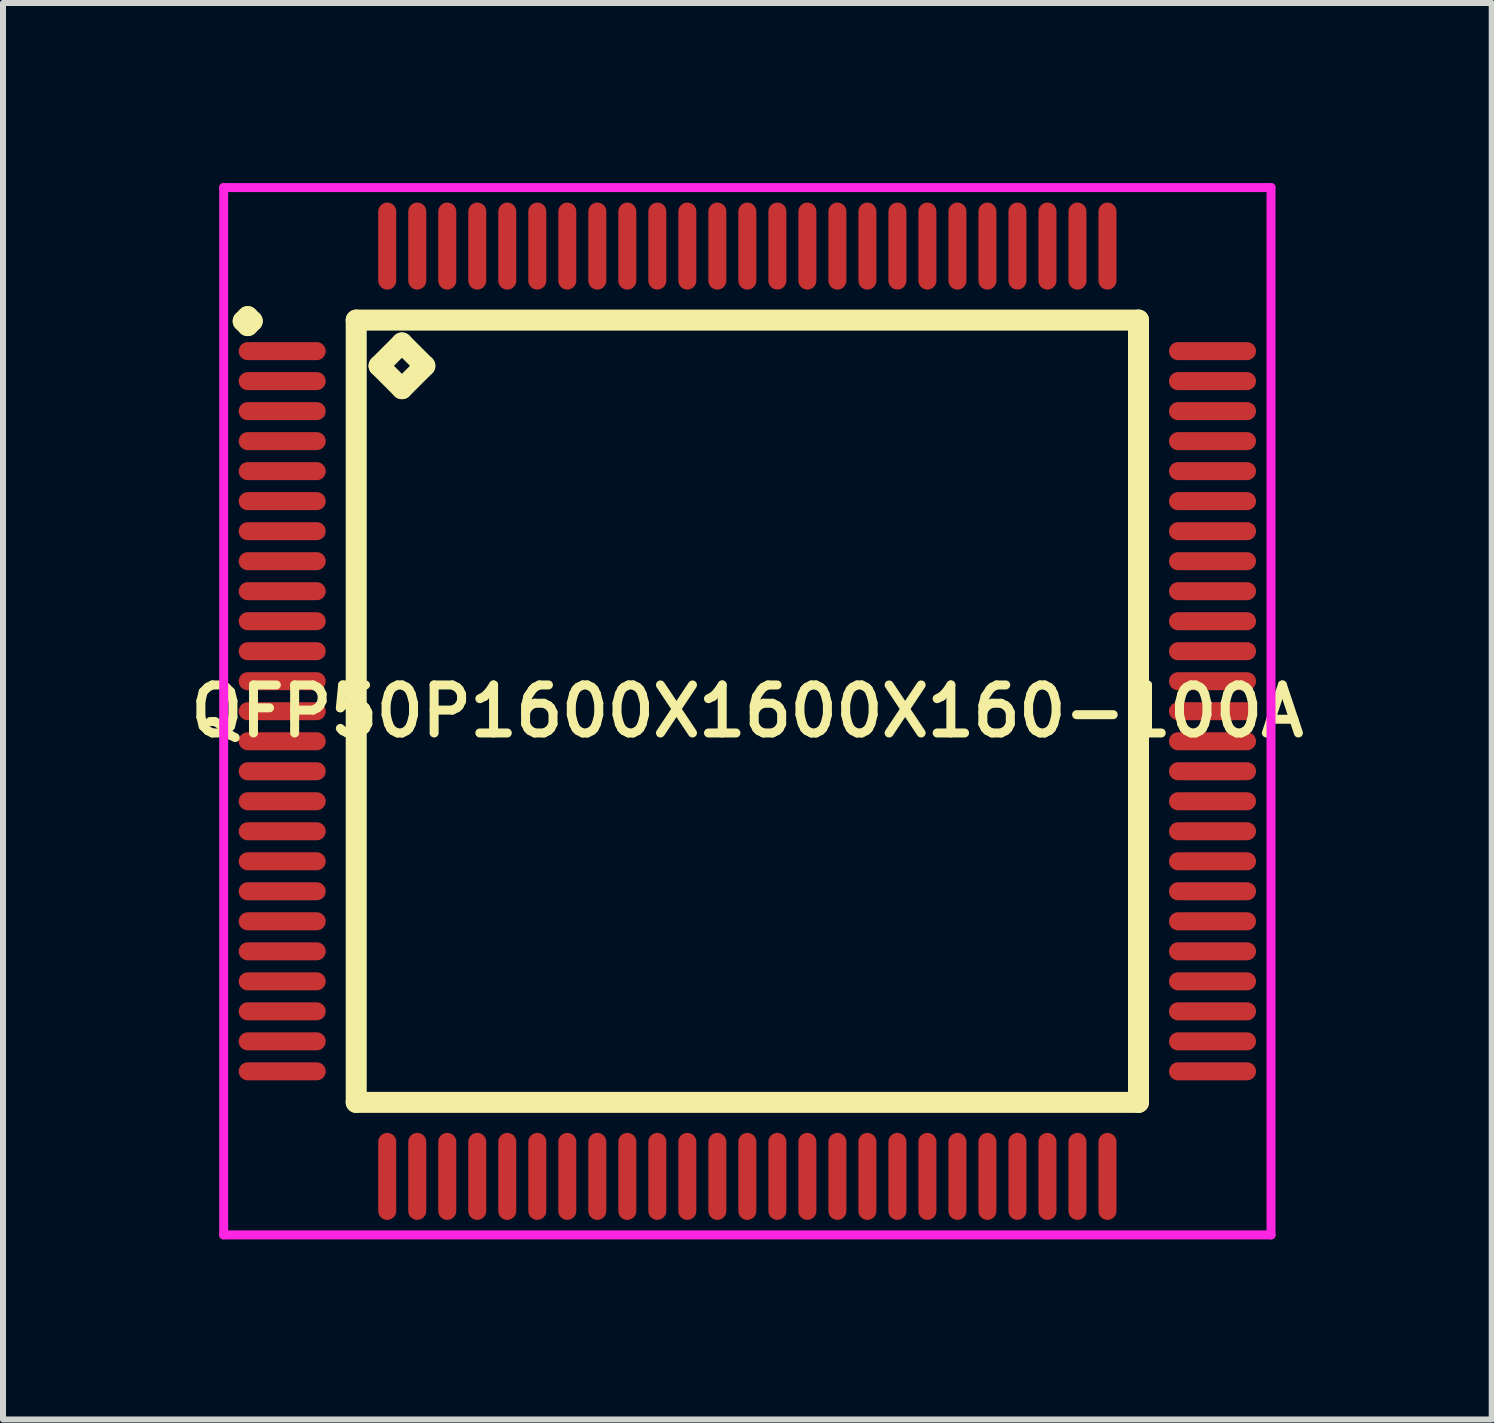
<source format=kicad_pcb>
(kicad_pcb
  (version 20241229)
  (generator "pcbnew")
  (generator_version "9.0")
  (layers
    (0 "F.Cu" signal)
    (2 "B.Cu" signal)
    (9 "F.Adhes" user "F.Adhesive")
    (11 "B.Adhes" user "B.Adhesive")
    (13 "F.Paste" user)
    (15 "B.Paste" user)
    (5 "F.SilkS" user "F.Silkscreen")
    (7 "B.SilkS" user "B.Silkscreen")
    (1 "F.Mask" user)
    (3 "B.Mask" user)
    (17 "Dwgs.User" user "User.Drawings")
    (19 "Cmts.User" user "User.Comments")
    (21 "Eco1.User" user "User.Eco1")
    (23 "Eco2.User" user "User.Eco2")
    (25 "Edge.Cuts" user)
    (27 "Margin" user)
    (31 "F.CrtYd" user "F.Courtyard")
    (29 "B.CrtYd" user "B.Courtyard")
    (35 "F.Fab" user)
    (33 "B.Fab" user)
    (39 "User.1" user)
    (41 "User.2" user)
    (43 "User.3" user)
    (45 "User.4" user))
  (footprint "QFP50P1600X1600X160-100A"
    (layer "F.Cu")
    (at 9.402 8.8)
    (property "Reference" "QFP50P1600X1600X160-100A" (at 0 0 0) (layer "F.SilkS") (effects (font (size 0.8 0.8) (thickness 0.15))))
    (attr smd)
    (fp_line (start -8.4 -6.5) (end -8.325 -6.575) (stroke (width 0.35) (type solid)) (layer "F.SilkS"))
    (fp_line (start -8.325 -6.575) (end -8.25 -6.5) (stroke (width 0.35) (type solid)) (layer "F.SilkS"))
    (fp_line (start -8.325 -6.425) (end -8.4 -6.5) (stroke (width 0.35) (type solid)) (layer "F.SilkS"))
    (fp_line (start -8.25 -6.5) (end -8.325 -6.425) (stroke (width 0.35) (type solid)) (layer "F.SilkS"))
    (fp_line (start -6.517 -6.517) (end -6.517 6.517) (stroke (width 0.35) (type solid)) (layer "F.SilkS"))
    (fp_line (start -6.517 6.517) (end 6.517 6.517) (stroke (width 0.35) (type solid)) (layer "F.SilkS"))
    (fp_line (start -6.136 -5.755) (end -5.755 -6.136) (stroke (width 0.35) (type solid)) (layer "F.SilkS"))
    (fp_line (start -5.755 -6.136) (end -5.374 -5.755) (stroke (width 0.35) (type solid)) (layer "F.SilkS"))
    (fp_line (start -5.755 -5.374) (end -6.136 -5.755) (stroke (width 0.35) (type solid)) (layer "F.SilkS"))
    (fp_line (start -5.374 -5.755) (end -5.755 -5.374) (stroke (width 0.35) (type solid)) (layer "F.SilkS"))
    (fp_line (start 6.517 -6.517) (end -6.517 -6.517) (stroke (width 0.35) (type solid)) (layer "F.SilkS"))
    (fp_line (start 6.517 6.517) (end 6.517 -6.517) (stroke (width 0.35) (type solid)) (layer "F.SilkS"))
    (fp_line (start -8.725 -8.725) (end 8.725 -8.725) (stroke (width 0.15) (type solid)) (layer "F.CrtYd"))
    (fp_line (start -8.725 8.725) (end -8.725 -8.725) (stroke (width 0.15) (type solid)) (layer "F.CrtYd"))
    (fp_line (start 8.725 -8.725) (end 8.725 8.725) (stroke (width 0.15) (type solid)) (layer "F.CrtYd"))
    (fp_line (start 8.725 8.725) (end -8.725 8.725) (stroke (width 0.15) (type solid)) (layer "F.CrtYd"))
    (pad "1" smd oval (at -7.75 -6) (size 1.45 0.3) (layers "F.Cu" "F.Mask" "F.Paste"))
    (pad "2" smd oval (at -7.75 -5.5) (size 1.45 0.3) (layers "F.Cu" "F.Mask" "F.Paste"))
    (pad "3" smd oval (at -7.75 -5) (size 1.45 0.3) (layers "F.Cu" "F.Mask" "F.Paste"))
    (pad "4" smd oval (at -7.75 -4.5) (size 1.45 0.3) (layers "F.Cu" "F.Mask" "F.Paste"))
    (pad "5" smd oval (at -7.75 -4) (size 1.45 0.3) (layers "F.Cu" "F.Mask" "F.Paste"))
    (pad "6" smd oval (at -7.75 -3.5) (size 1.45 0.3) (layers "F.Cu" "F.Mask" "F.Paste"))
    (pad "7" smd oval (at -7.75 -3) (size 1.45 0.3) (layers "F.Cu" "F.Mask" "F.Paste"))
    (pad "8" smd oval (at -7.75 -2.5) (size 1.45 0.3) (layers "F.Cu" "F.Mask" "F.Paste"))
    (pad "9" smd oval (at -7.75 -2) (size 1.45 0.3) (layers "F.Cu" "F.Mask" "F.Paste"))
    (pad "10" smd oval (at -7.75 -1.5) (size 1.45 0.3) (layers "F.Cu" "F.Mask" "F.Paste"))
    (pad "11" smd oval (at -7.75 -1) (size 1.45 0.3) (layers "F.Cu" "F.Mask" "F.Paste"))
    (pad "12" smd oval (at -7.75 -0.5) (size 1.45 0.3) (layers "F.Cu" "F.Mask" "F.Paste"))
    (pad "13" smd oval (at -7.75 0) (size 1.45 0.3) (layers "F.Cu" "F.Mask" "F.Paste"))
    (pad "14" smd oval (at -7.75 0.5) (size 1.45 0.3) (layers "F.Cu" "F.Mask" "F.Paste"))
    (pad "15" smd oval (at -7.75 1) (size 1.45 0.3) (layers "F.Cu" "F.Mask" "F.Paste"))
    (pad "16" smd oval (at -7.75 1.5) (size 1.45 0.3) (layers "F.Cu" "F.Mask" "F.Paste"))
    (pad "17" smd oval (at -7.75 2) (size 1.45 0.3) (layers "F.Cu" "F.Mask" "F.Paste"))
    (pad "18" smd oval (at -7.75 2.5) (size 1.45 0.3) (layers "F.Cu" "F.Mask" "F.Paste"))
    (pad "19" smd oval (at -7.75 3) (size 1.45 0.3) (layers "F.Cu" "F.Mask" "F.Paste"))
    (pad "20" smd oval (at -7.75 3.5) (size 1.45 0.3) (layers "F.Cu" "F.Mask" "F.Paste"))
    (pad "21" smd oval (at -7.75 4) (size 1.45 0.3) (layers "F.Cu" "F.Mask" "F.Paste"))
    (pad "22" smd oval (at -7.75 4.5) (size 1.45 0.3) (layers "F.Cu" "F.Mask" "F.Paste"))
    (pad "23" smd oval (at -7.75 5) (size 1.45 0.3) (layers "F.Cu" "F.Mask" "F.Paste"))
    (pad "24" smd oval (at -7.75 5.5) (size 1.45 0.3) (layers "F.Cu" "F.Mask" "F.Paste"))
    (pad "25" smd oval (at -7.75 6) (size 1.45 0.3) (layers "F.Cu" "F.Mask" "F.Paste"))
    (pad "26" smd oval (at -6 7.75) (size 0.3 1.45) (layers "F.Cu" "F.Mask" "F.Paste"))
    (pad "27" smd oval (at -5.5 7.75) (size 0.3 1.45) (layers "F.Cu" "F.Mask" "F.Paste"))
    (pad "28" smd oval (at -5 7.75) (size 0.3 1.45) (layers "F.Cu" "F.Mask" "F.Paste"))
    (pad "29" smd oval (at -4.5 7.75) (size 0.3 1.45) (layers "F.Cu" "F.Mask" "F.Paste"))
    (pad "30" smd oval (at -4 7.75) (size 0.3 1.45) (layers "F.Cu" "F.Mask" "F.Paste"))
    (pad "31" smd oval (at -3.5 7.75) (size 0.3 1.45) (layers "F.Cu" "F.Mask" "F.Paste"))
    (pad "32" smd oval (at -3 7.75) (size 0.3 1.45) (layers "F.Cu" "F.Mask" "F.Paste"))
    (pad "33" smd oval (at -2.5 7.75) (size 0.3 1.45) (layers "F.Cu" "F.Mask" "F.Paste"))
    (pad "34" smd oval (at -2 7.75) (size 0.3 1.45) (layers "F.Cu" "F.Mask" "F.Paste"))
    (pad "35" smd oval (at -1.5 7.75) (size 0.3 1.45) (layers "F.Cu" "F.Mask" "F.Paste"))
    (pad "36" smd oval (at -1 7.75) (size 0.3 1.45) (layers "F.Cu" "F.Mask" "F.Paste"))
    (pad "37" smd oval (at -0.5 7.75) (size 0.3 1.45) (layers "F.Cu" "F.Mask" "F.Paste"))
    (pad "38" smd oval (at 0 7.75) (size 0.3 1.45) (layers "F.Cu" "F.Mask" "F.Paste"))
    (pad "39" smd oval (at 0.5 7.75) (size 0.3 1.45) (layers "F.Cu" "F.Mask" "F.Paste"))
    (pad "40" smd oval (at 1 7.75) (size 0.3 1.45) (layers "F.Cu" "F.Mask" "F.Paste"))
    (pad "41" smd oval (at 1.5 7.75) (size 0.3 1.45) (layers "F.Cu" "F.Mask" "F.Paste"))
    (pad "42" smd oval (at 2 7.75) (size 0.3 1.45) (layers "F.Cu" "F.Mask" "F.Paste"))
    (pad "43" smd oval (at 2.5 7.75) (size 0.3 1.45) (layers "F.Cu" "F.Mask" "F.Paste"))
    (pad "44" smd oval (at 3 7.75) (size 0.3 1.45) (layers "F.Cu" "F.Mask" "F.Paste"))
    (pad "45" smd oval (at 3.5 7.75) (size 0.3 1.45) (layers "F.Cu" "F.Mask" "F.Paste"))
    (pad "46" smd oval (at 4 7.75) (size 0.3 1.45) (layers "F.Cu" "F.Mask" "F.Paste"))
    (pad "47" smd oval (at 4.5 7.75) (size 0.3 1.45) (layers "F.Cu" "F.Mask" "F.Paste"))
    (pad "48" smd oval (at 5 7.75) (size 0.3 1.45) (layers "F.Cu" "F.Mask" "F.Paste"))
    (pad "49" smd oval (at 5.5 7.75) (size 0.3 1.45) (layers "F.Cu" "F.Mask" "F.Paste"))
    (pad "50" smd oval (at 6 7.75) (size 0.3 1.45) (layers "F.Cu" "F.Mask" "F.Paste"))
    (pad "51" smd oval (at 7.75 6) (size 1.45 0.3) (layers "F.Cu" "F.Mask" "F.Paste"))
    (pad "52" smd oval (at 7.75 5.5) (size 1.45 0.3) (layers "F.Cu" "F.Mask" "F.Paste"))
    (pad "53" smd oval (at 7.75 5) (size 1.45 0.3) (layers "F.Cu" "F.Mask" "F.Paste"))
    (pad "54" smd oval (at 7.75 4.5) (size 1.45 0.3) (layers "F.Cu" "F.Mask" "F.Paste"))
    (pad "55" smd oval (at 7.75 4) (size 1.45 0.3) (layers "F.Cu" "F.Mask" "F.Paste"))
    (pad "56" smd oval (at 7.75 3.5) (size 1.45 0.3) (layers "F.Cu" "F.Mask" "F.Paste"))
    (pad "57" smd oval (at 7.75 3) (size 1.45 0.3) (layers "F.Cu" "F.Mask" "F.Paste"))
    (pad "58" smd oval (at 7.75 2.5) (size 1.45 0.3) (layers "F.Cu" "F.Mask" "F.Paste"))
    (pad "59" smd oval (at 7.75 2) (size 1.45 0.3) (layers "F.Cu" "F.Mask" "F.Paste"))
    (pad "60" smd oval (at 7.75 1.5) (size 1.45 0.3) (layers "F.Cu" "F.Mask" "F.Paste"))
    (pad "61" smd oval (at 7.75 1) (size 1.45 0.3) (layers "F.Cu" "F.Mask" "F.Paste"))
    (pad "62" smd oval (at 7.75 0.5) (size 1.45 0.3) (layers "F.Cu" "F.Mask" "F.Paste"))
    (pad "63" smd oval (at 7.75 0) (size 1.45 0.3) (layers "F.Cu" "F.Mask" "F.Paste"))
    (pad "64" smd oval (at 7.75 -0.5) (size 1.45 0.3) (layers "F.Cu" "F.Mask" "F.Paste"))
    (pad "65" smd oval (at 7.75 -1) (size 1.45 0.3) (layers "F.Cu" "F.Mask" "F.Paste"))
    (pad "66" smd oval (at 7.75 -1.5) (size 1.45 0.3) (layers "F.Cu" "F.Mask" "F.Paste"))
    (pad "67" smd oval (at 7.75 -2) (size 1.45 0.3) (layers "F.Cu" "F.Mask" "F.Paste"))
    (pad "68" smd oval (at 7.75 -2.5) (size 1.45 0.3) (layers "F.Cu" "F.Mask" "F.Paste"))
    (pad "69" smd oval (at 7.75 -3) (size 1.45 0.3) (layers "F.Cu" "F.Mask" "F.Paste"))
    (pad "70" smd oval (at 7.75 -3.5) (size 1.45 0.3) (layers "F.Cu" "F.Mask" "F.Paste"))
    (pad "71" smd oval (at 7.75 -4) (size 1.45 0.3) (layers "F.Cu" "F.Mask" "F.Paste"))
    (pad "72" smd oval (at 7.75 -4.5) (size 1.45 0.3) (layers "F.Cu" "F.Mask" "F.Paste"))
    (pad "73" smd oval (at 7.75 -5) (size 1.45 0.3) (layers "F.Cu" "F.Mask" "F.Paste"))
    (pad "74" smd oval (at 7.75 -5.5) (size 1.45 0.3) (layers "F.Cu" "F.Mask" "F.Paste"))
    (pad "75" smd oval (at 7.75 -6) (size 1.45 0.3) (layers "F.Cu" "F.Mask" "F.Paste"))
    (pad "76" smd oval (at 6 -7.75) (size 0.3 1.45) (layers "F.Cu" "F.Mask" "F.Paste"))
    (pad "77" smd oval (at 5.5 -7.75) (size 0.3 1.45) (layers "F.Cu" "F.Mask" "F.Paste"))
    (pad "78" smd oval (at 5 -7.75) (size 0.3 1.45) (layers "F.Cu" "F.Mask" "F.Paste"))
    (pad "79" smd oval (at 4.5 -7.75) (size 0.3 1.45) (layers "F.Cu" "F.Mask" "F.Paste"))
    (pad "80" smd oval (at 4 -7.75) (size 0.3 1.45) (layers "F.Cu" "F.Mask" "F.Paste"))
    (pad "81" smd oval (at 3.5 -7.75) (size 0.3 1.45) (layers "F.Cu" "F.Mask" "F.Paste"))
    (pad "82" smd oval (at 3 -7.75) (size 0.3 1.45) (layers "F.Cu" "F.Mask" "F.Paste"))
    (pad "83" smd oval (at 2.5 -7.75) (size 0.3 1.45) (layers "F.Cu" "F.Mask" "F.Paste"))
    (pad "84" smd oval (at 2 -7.75) (size 0.3 1.45) (layers "F.Cu" "F.Mask" "F.Paste"))
    (pad "85" smd oval (at 1.5 -7.75) (size 0.3 1.45) (layers "F.Cu" "F.Mask" "F.Paste"))
    (pad "86" smd oval (at 1 -7.75) (size 0.3 1.45) (layers "F.Cu" "F.Mask" "F.Paste"))
    (pad "87" smd oval (at 0.5 -7.75) (size 0.3 1.45) (layers "F.Cu" "F.Mask" "F.Paste"))
    (pad "88" smd oval (at 0 -7.75) (size 0.3 1.45) (layers "F.Cu" "F.Mask" "F.Paste"))
    (pad "89" smd oval (at -0.5 -7.75) (size 0.3 1.45) (layers "F.Cu" "F.Mask" "F.Paste"))
    (pad "90" smd oval (at -1 -7.75) (size 0.3 1.45) (layers "F.Cu" "F.Mask" "F.Paste"))
    (pad "91" smd oval (at -1.5 -7.75) (size 0.3 1.45) (layers "F.Cu" "F.Mask" "F.Paste"))
    (pad "92" smd oval (at -2 -7.75) (size 0.3 1.45) (layers "F.Cu" "F.Mask" "F.Paste"))
    (pad "93" smd oval (at -2.5 -7.75) (size 0.3 1.45) (layers "F.Cu" "F.Mask" "F.Paste"))
    (pad "94" smd oval (at -3 -7.75) (size 0.3 1.45) (layers "F.Cu" "F.Mask" "F.Paste"))
    (pad "95" smd oval (at -3.5 -7.75) (size 0.3 1.45) (layers "F.Cu" "F.Mask" "F.Paste"))
    (pad "96" smd oval (at -4 -7.75) (size 0.3 1.45) (layers "F.Cu" "F.Mask" "F.Paste"))
    (pad "97" smd oval (at -4.5 -7.75) (size 0.3 1.45) (layers "F.Cu" "F.Mask" "F.Paste"))
    (pad "98" smd oval (at -5 -7.75) (size 0.3 1.45) (layers "F.Cu" "F.Mask" "F.Paste"))
    (pad "99" smd oval (at -5.5 -7.75) (size 0.3 1.45) (layers "F.Cu" "F.Mask" "F.Paste"))
    (pad "100" smd oval (at -6 -7.75) (size 0.3 1.45) (layers "F.Cu" "F.Mask" "F.Paste")))
  (gr_rect
    (start -3 -3)
    (end 21.804 20.6)
    (stroke (width 0.1) (type default))
    (fill no)
    (layer "Edge.Cuts")))
</source>
